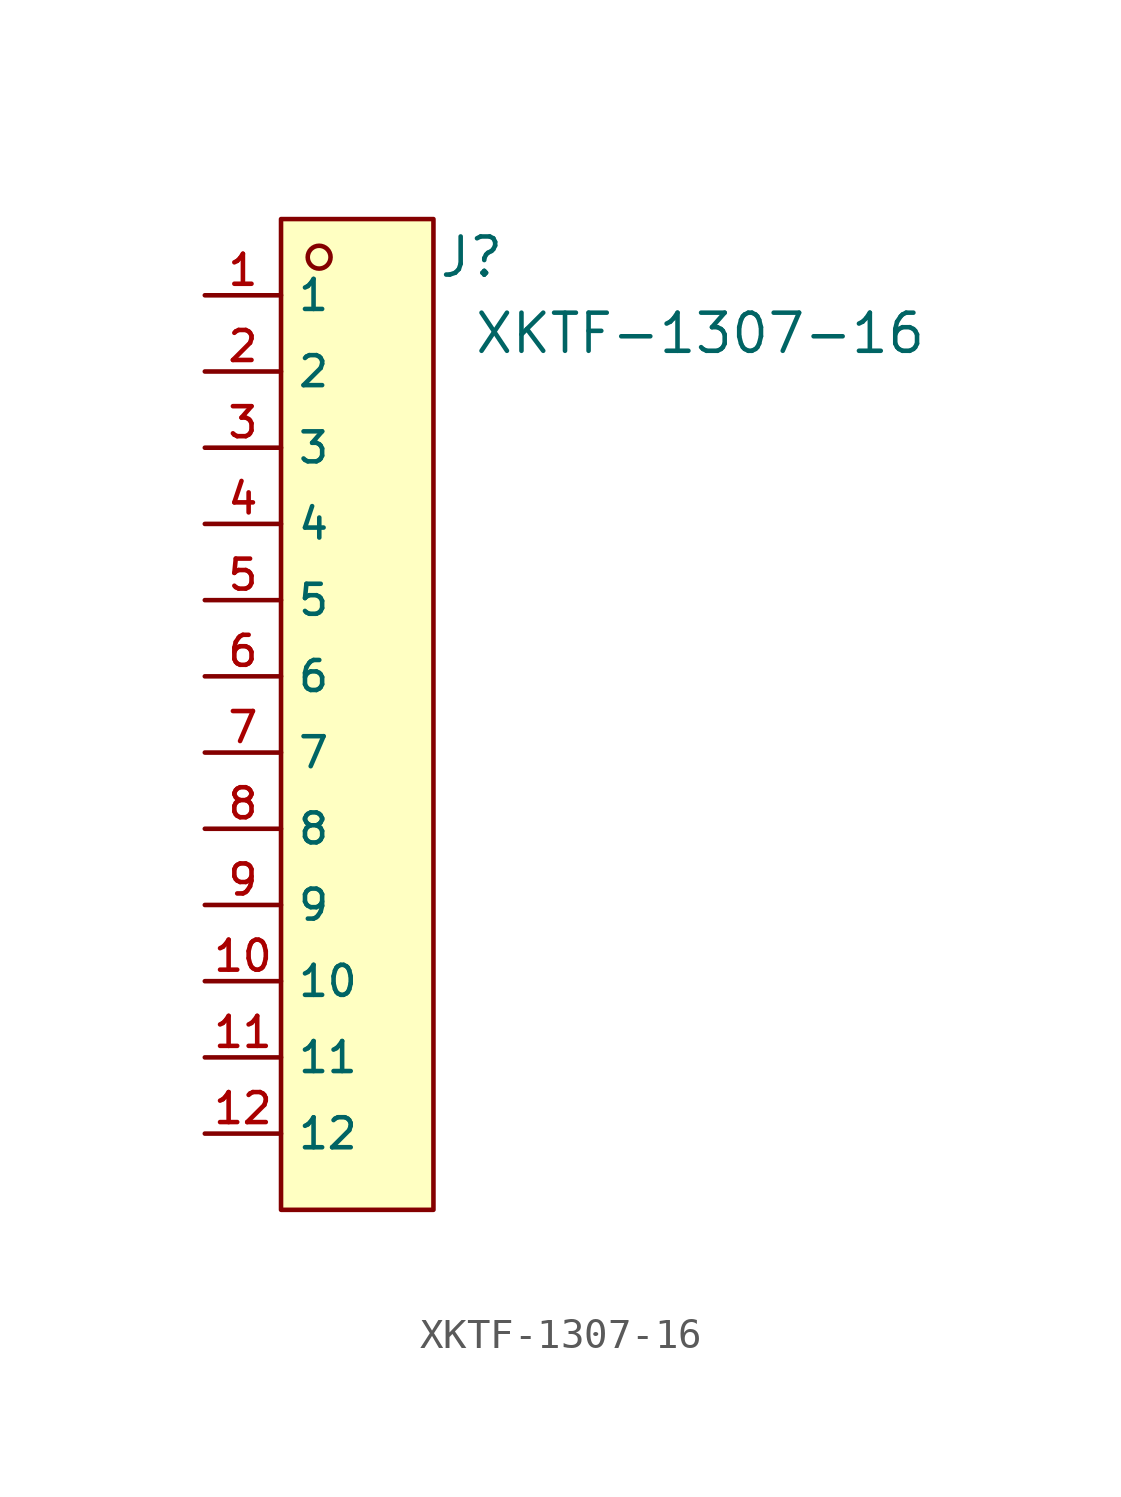
<source format=kicad_sym>
(kicad_symbol_lib
  (version 20220914)
  (generator kicad_symbol_editor)
  (symbol "XKTF-1307-16"
    (property "Reference" "J"
      (at 3.81 15.24 0)
      (effects (font (size 1.27 1.27))))
    (property "Value" "XKTF-1307-16"
      (at 11.43 12.7 0)
      (effects (font (size 1.27 1.27))))
    (symbol "XKTF-1307-16_0_1"
      (rectangle (start -2.54 16.51) (end 2.54 -16.51) (stroke (width 0) (type default)) (fill (type background)))
      (circle (center -1.27 15.24) (radius 0.381) (stroke (width 0) (type default)) (fill (type background)))
      (pin unspecified line (at -5.08 13.97 0) (length 2.54) (name "1" (effects (font (size 1 1)))) (number "1" (effects (font (size 1 1)))))
      (pin unspecified line (at -5.08 -8.89 0) (length 2.54) (name "10" (effects (font (size 1 1)))) (number "10" (effects (font (size 1 1)))))
      (pin unspecified line (at -5.08 -11.43 0) (length 2.54) (name "11" (effects (font (size 1 1)))) (number "11" (effects (font (size 1 1)))))
      (pin unspecified line (at -5.08 -13.97 0) (length 2.54) (name "12" (effects (font (size 1 1)))) (number "12" (effects (font (size 1 1)))))
      (pin unspecified line (at -5.08 11.43 0) (length 2.54) (name "2" (effects (font (size 1 1)))) (number "2" (effects (font (size 1 1)))))
      (pin unspecified line (at -5.08 8.89 0) (length 2.54) (name "3" (effects (font (size 1 1)))) (number "3" (effects (font (size 1 1)))))
      (pin unspecified line (at -5.08 6.35 0) (length 2.54) (name "4" (effects (font (size 1 1)))) (number "4" (effects (font (size 1 1)))))
      (pin unspecified line (at -5.08 3.81 0) (length 2.54) (name "5" (effects (font (size 1 1)))) (number "5" (effects (font (size 1 1)))))
      (pin unspecified line (at -5.08 1.27 0) (length 2.54) (name "6" (effects (font (size 1 1)))) (number "6" (effects (font (size 1 1)))))
      (pin unspecified line (at -5.08 -1.27 0) (length 2.54) (name "7" (effects (font (size 1 1)))) (number "7" (effects (font (size 1 1)))))
      (pin unspecified line (at -5.08 -3.81 0) (length 2.54) (name "8" (effects (font (size 1 1)))) (number "8" (effects (font (size 1 1)))))
      (pin unspecified line (at -5.08 -6.35 0) (length 2.54) (name "9" (effects (font (size 1 1)))) (number "9" (effects (font (size 1 1))))))))
</source>
